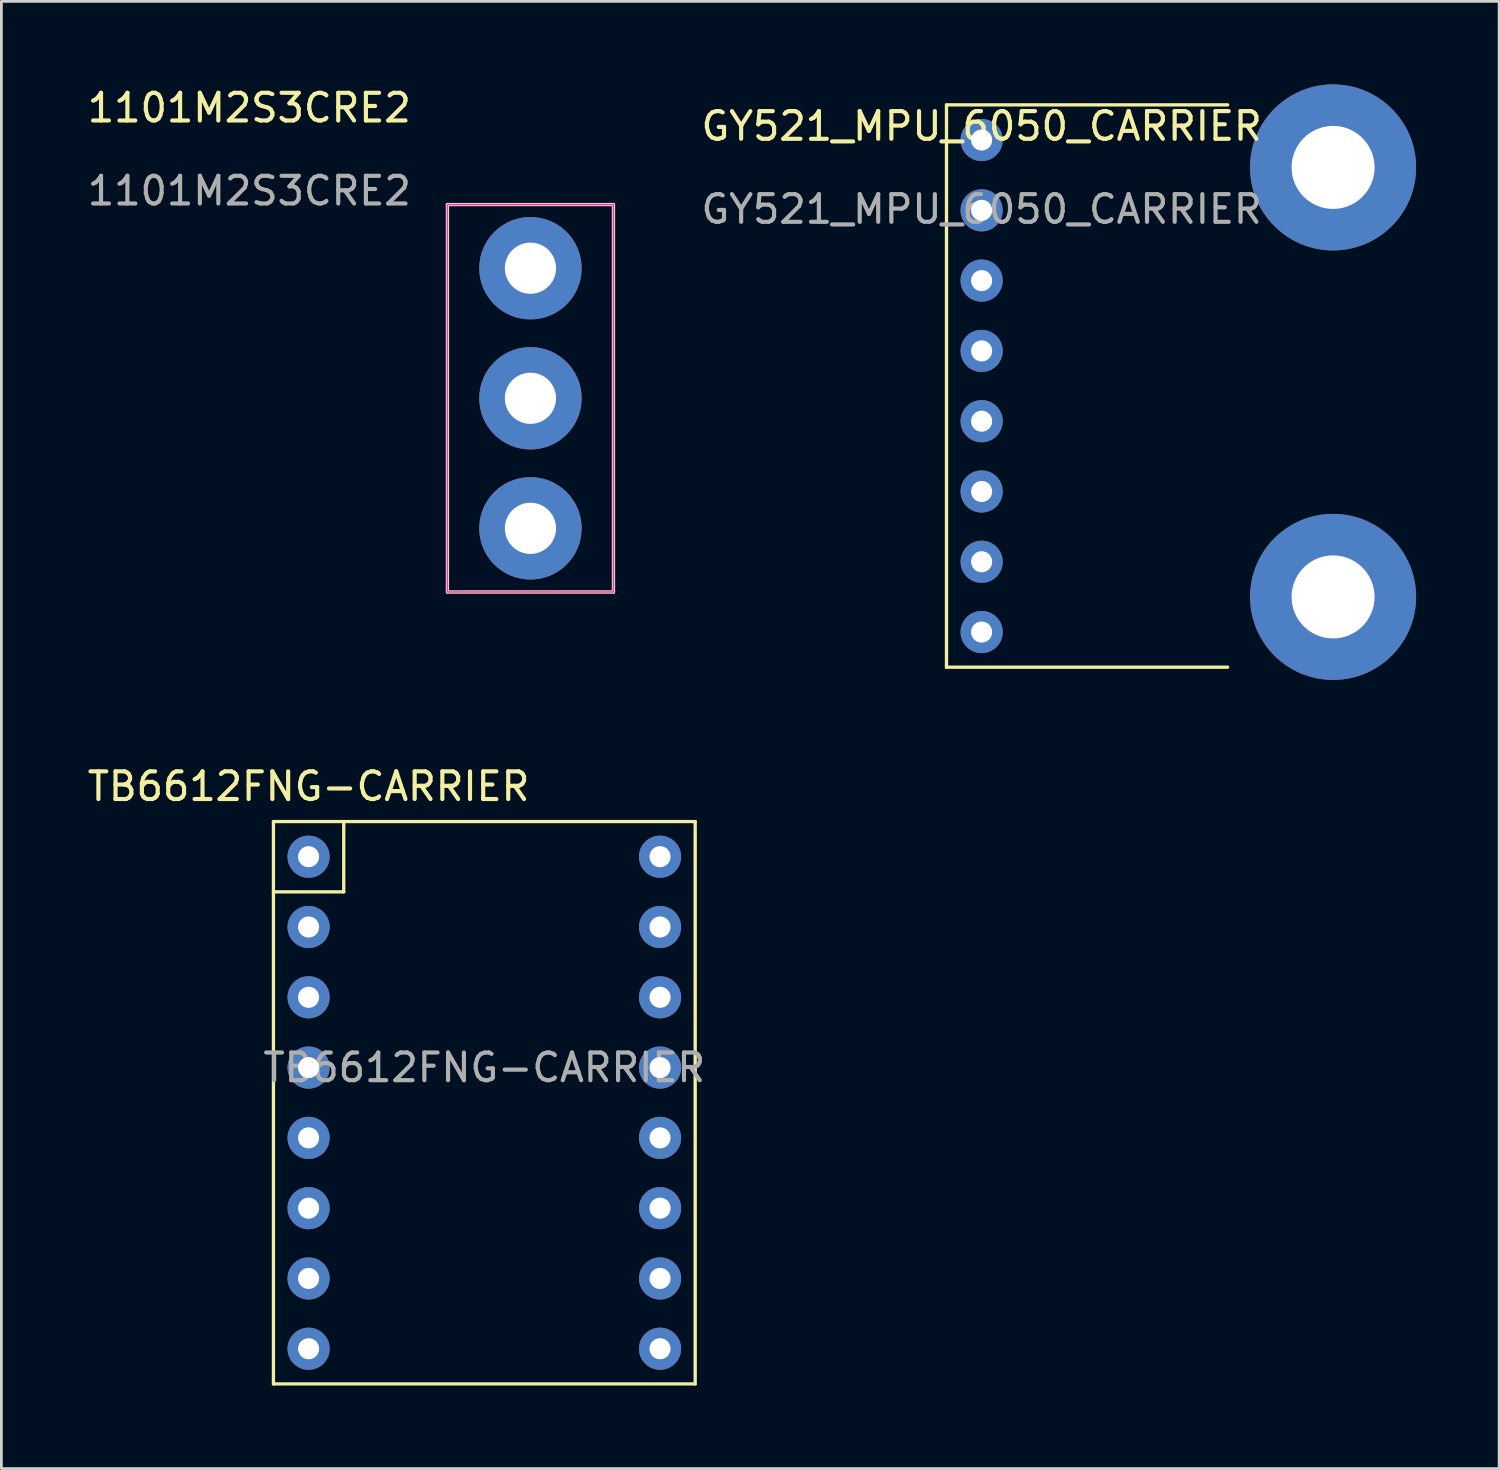
<source format=kicad_pcb>
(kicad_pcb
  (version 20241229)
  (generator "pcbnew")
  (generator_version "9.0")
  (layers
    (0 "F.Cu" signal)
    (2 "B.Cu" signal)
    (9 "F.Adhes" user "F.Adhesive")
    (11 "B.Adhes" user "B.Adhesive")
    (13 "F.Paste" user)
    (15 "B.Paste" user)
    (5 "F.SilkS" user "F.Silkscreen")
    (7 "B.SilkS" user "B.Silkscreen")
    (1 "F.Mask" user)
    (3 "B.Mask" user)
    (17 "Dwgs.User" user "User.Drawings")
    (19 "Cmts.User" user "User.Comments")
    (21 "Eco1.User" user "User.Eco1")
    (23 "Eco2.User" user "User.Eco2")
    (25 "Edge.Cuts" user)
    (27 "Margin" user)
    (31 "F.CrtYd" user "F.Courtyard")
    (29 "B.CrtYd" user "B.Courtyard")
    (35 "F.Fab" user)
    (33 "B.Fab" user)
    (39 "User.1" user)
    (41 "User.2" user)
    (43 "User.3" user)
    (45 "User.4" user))
  (footprint "1101M2S3CRE2"
    (layer "F.Cu")
    (at 16.118 6.642)
    (property "Reference" "1101M2S3CRE2" (at -10.16 -5.794 0) (unlocked yes) (layer "F.SilkS") (effects (font (size 1 1) (thickness 0.15))))
    (attr through_hole)
    (fp_line (start -3 -2.3) (end -3 11.7) (stroke (width 0.12) (type solid)) (layer "F.SilkS"))
    (fp_line (start -3 11.7) (end 3 11.7) (stroke (width 0.12) (type solid)) (layer "F.SilkS"))
    (fp_line (start 3 -2.3) (end -3 -2.3) (stroke (width 0.12) (type solid)) (layer "F.SilkS"))
    (fp_line (start 3 11.7) (end 3 -2.3) (stroke (width 0.12) (type solid)) (layer "F.SilkS"))
    (fp_line (start -3 -2.3) (end -3 11.7) (stroke (width 0.05) (type solid)) (layer "F.CrtYd"))
    (fp_line (start -3 11.7) (end 3 11.7) (stroke (width 0.05) (type solid)) (layer "F.CrtYd"))
    (fp_line (start 3 -2.3) (end -3 -2.3) (stroke (width 0.05) (type solid)) (layer "F.CrtYd"))
    (fp_line (start 3 11.7) (end 3 -2.3) (stroke (width 0.05) (type solid)) (layer "F.CrtYd"))
    (fp_text user "${REFERENCE}" (at -10.16 -2.794 0) (unlocked yes) (layer "F.Fab") (effects (font (size 1 1) (thickness 0.15))))
    (pad "1" thru_hole circle (at 0 0) (size 3.7 3.7) (drill 1.85) (layers "*.Cu" "*.Mask"))
    (pad "2" thru_hole circle (at 0 4.7) (size 3.7 3.7) (drill 1.85) (layers "*.Cu" "*.Mask"))
    (pad "3" thru_hole circle (at 0 9.4) (size 3.7 3.7) (drill 1.85) (layers "*.Cu" "*.Mask")))
  (footprint "GY521_MPU_6050_CARRIER"
    (layer "F.Cu")
    (at 32.422 2.01)
    (property "Reference" "GY521_MPU_6050_CARRIER" (at 0 -0.5 0) (unlocked yes) (layer "F.SilkS") (effects (font (size 1 1) (thickness 0.15))))
    (attr through_hole)
    (fp_line (start -1.27 -1.27) (end -1.27 19.05) (stroke (width 0.12) (type solid)) (layer "F.SilkS"))
    (fp_line (start -1.27 -1.27) (end 8.89 -1.27) (stroke (width 0.12) (type solid)) (layer "F.SilkS"))
    (fp_line (start -1.27 19.05) (end 8.89 19.05) (stroke (width 0.12) (type solid)) (layer "F.SilkS"))
    (fp_text user "${REFERENCE}" (at 0 2.5 0) (unlocked yes) (layer "F.Fab") (effects (font (size 1 1) (thickness 0.15))))
    (pad "1" thru_hole circle (at 0 0) (size 1.524 1.524) (drill 0.762) (layers "*.Cu" "*.Mask"))
    (pad "2" thru_hole circle (at 0 2.54) (size 1.524 1.524) (drill 0.762) (layers "*.Cu" "*.Mask"))
    (pad "2" thru_hole circle (at 12.7 0.99) (size 6 6) (drill 3) (layers "*.Cu" "*.Mask"))
    (pad "2" thru_hole circle (at 12.7 16.51) (size 6 6) (drill 3) (layers "*.Cu" "*.Mask"))
    (pad "3" thru_hole circle (at 0 5.08) (size 1.524 1.524) (drill 0.762) (layers "*.Cu" "*.Mask"))
    (pad "4" thru_hole circle (at 0 7.62) (size 1.524 1.524) (drill 0.762) (layers "*.Cu" "*.Mask"))
    (pad "5" thru_hole circle (at 0 10.16) (size 1.524 1.524) (drill 0.762) (layers "*.Cu" "*.Mask"))
    (pad "6" thru_hole circle (at 0 12.7) (size 1.524 1.524) (drill 0.762) (layers "*.Cu" "*.Mask"))
    (pad "7" thru_hole circle (at 0 15.24) (size 1.524 1.524) (drill 0.762) (layers "*.Cu" "*.Mask"))
    (pad "8" thru_hole circle (at 0 17.78) (size 1.524 1.524) (drill 0.762) (layers "*.Cu" "*.Mask")))
  (footprint "TB6612FNG-CARRIER"
    (layer "F.Cu")
    (at 8.101 27.908)
    (property "Reference" "TB6612FNG-CARRIER" (at 0 -2.54 0) (unlocked yes) (layer "F.SilkS") (effects (font (size 1 1) (thickness 0.15))))
    (attr through_hole)
    (fp_line (start -1.27 -1.27) (end 13.97 -1.27) (stroke (width 0.12) (type solid)) (layer "F.SilkS"))
    (fp_line (start -1.27 1.27) (end 1.27 1.27) (stroke (width 0.12) (type solid)) (layer "F.SilkS"))
    (fp_line (start -1.27 19.05) (end -1.27 -1.27) (stroke (width 0.12) (type solid)) (layer "F.SilkS"))
    (fp_line (start 1.27 1.27) (end 1.27 -1.27) (stroke (width 0.12) (type solid)) (layer "F.SilkS"))
    (fp_line (start 13.97 -1.27) (end 13.97 19.05) (stroke (width 0.12) (type solid)) (layer "F.SilkS"))
    (fp_line (start 13.97 19.05) (end -1.27 19.05) (stroke (width 0.12) (type solid)) (layer "F.SilkS"))
    (fp_text user "${REFERENCE}" (at 6.35 7.62 0) (unlocked yes) (layer "F.Fab") (effects (font (size 1 1) (thickness 0.15))))
    (pad "1" thru_hole circle (at 0 0) (size 1.524 1.524) (drill 0.762) (layers "*.Cu" "*.Mask"))
    (pad "2" thru_hole circle (at 0 2.54) (size 1.524 1.524) (drill 0.762) (layers "*.Cu" "*.Mask"))
    (pad "3" thru_hole circle (at 0 5.08) (size 1.524 1.524) (drill 0.762) (layers "*.Cu" "*.Mask"))
    (pad "4" thru_hole circle (at 0 7.62) (size 1.524 1.524) (drill 0.762) (layers "*.Cu" "*.Mask"))
    (pad "5" thru_hole circle (at 0 10.16) (size 1.524 1.524) (drill 0.762) (layers "*.Cu" "*.Mask"))
    (pad "6" thru_hole circle (at 0 12.7) (size 1.524 1.524) (drill 0.762) (layers "*.Cu" "*.Mask"))
    (pad "7" thru_hole circle (at 0 15.24) (size 1.524 1.524) (drill 0.762) (layers "*.Cu" "*.Mask"))
    (pad "8" thru_hole circle (at 0 17.78) (size 1.524 1.524) (drill 0.762) (layers "*.Cu" "*.Mask"))
    (pad "9" thru_hole circle (at 12.7 17.78) (size 1.524 1.524) (drill 0.762) (layers "*.Cu" "*.Mask"))
    (pad "10" thru_hole circle (at 12.7 15.24) (size 1.524 1.524) (drill 0.762) (layers "*.Cu" "*.Mask"))
    (pad "11" thru_hole circle (at 12.7 12.7) (size 1.524 1.524) (drill 0.762) (layers "*.Cu" "*.Mask"))
    (pad "12" thru_hole circle (at 12.7 10.16) (size 1.524 1.524) (drill 0.762) (layers "*.Cu" "*.Mask"))
    (pad "13" thru_hole circle (at 12.7 7.62) (size 1.524 1.524) (drill 0.762) (layers "*.Cu" "*.Mask"))
    (pad "14" thru_hole circle (at 12.7 5.08) (size 1.524 1.524) (drill 0.762) (layers "*.Cu" "*.Mask"))
    (pad "15" thru_hole circle (at 12.7 2.54) (size 1.524 1.524) (drill 0.762) (layers "*.Cu" "*.Mask"))
    (pad "16" thru_hole circle (at 12.7 0) (size 1.524 1.524) (drill 0.762) (layers "*.Cu" "*.Mask")))
  (gr_rect
    (start -3 -3)
    (end 51.122 50.018)
    (stroke (width 0.1) (type default))
    (fill no)
    (layer "Edge.Cuts")))
</source>
